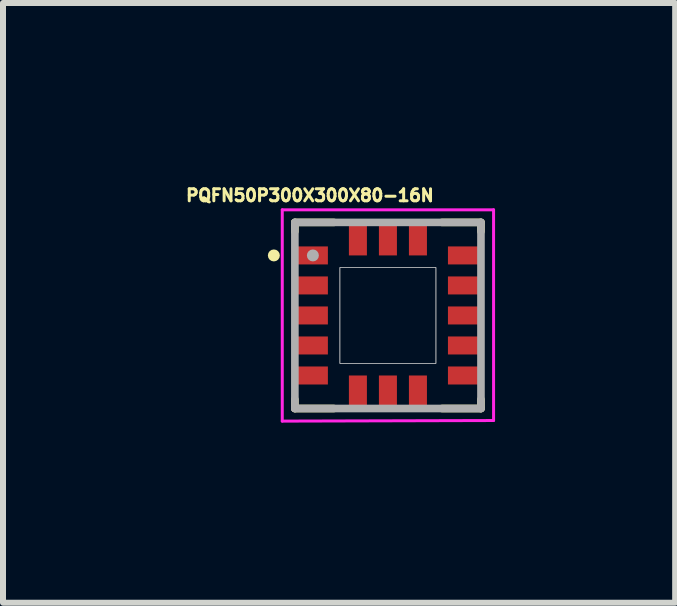
<source format=kicad_pcb>
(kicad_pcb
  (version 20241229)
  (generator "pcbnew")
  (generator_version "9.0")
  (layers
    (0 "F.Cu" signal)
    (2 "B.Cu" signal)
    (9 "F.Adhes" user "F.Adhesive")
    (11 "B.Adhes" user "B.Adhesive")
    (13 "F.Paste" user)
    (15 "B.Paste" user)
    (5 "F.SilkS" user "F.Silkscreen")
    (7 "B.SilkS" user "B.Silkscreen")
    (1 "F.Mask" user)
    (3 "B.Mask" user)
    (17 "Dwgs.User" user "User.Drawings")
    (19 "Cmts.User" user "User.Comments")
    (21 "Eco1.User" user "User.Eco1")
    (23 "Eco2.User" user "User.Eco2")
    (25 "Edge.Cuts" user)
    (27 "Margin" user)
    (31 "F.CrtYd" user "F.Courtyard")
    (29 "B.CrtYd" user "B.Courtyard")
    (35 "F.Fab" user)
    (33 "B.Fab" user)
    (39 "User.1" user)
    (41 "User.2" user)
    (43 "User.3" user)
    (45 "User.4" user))
  (footprint "PQFN50P300X300X80-16N"
    (layer "F.Cu")
    (at 3.412 2.205)
    (property "Reference" "PQFN50P300X300X80-16N" (at -1.3 -2 0) (layer "F.SilkS") (effects (font (size 0.2 0.2) (thickness 0.05))))
    (attr through_hole)
    (fp_line (start -1.55 -1.55) (end -0.9 -1.55) (stroke (width 0.127) (type solid)) (layer "F.SilkS"))
    (fp_line (start -1.55 -1.4) (end -1.55 -1.55) (stroke (width 0.127) (type solid)) (layer "F.SilkS"))
    (fp_line (start -1.55 1.4) (end -1.55 1.55) (stroke (width 0.127) (type solid)) (layer "F.SilkS"))
    (fp_line (start -1.55 1.55) (end -0.9 1.55) (stroke (width 0.127) (type solid)) (layer "F.SilkS"))
    (fp_line (start 0.9 -1.55) (end 1.55 -1.55) (stroke (width 0.127) (type solid)) (layer "F.SilkS"))
    (fp_line (start 0.9 1.55) (end 1.55 1.55) (stroke (width 0.127) (type solid)) (layer "F.SilkS"))
    (fp_line (start 1.55 -1.55) (end 1.55 -1.4) (stroke (width 0.127) (type solid)) (layer "F.SilkS"))
    (fp_line (start 1.55 1.55) (end 1.55 1.4) (stroke (width 0.127) (type solid)) (layer "F.SilkS"))
    (fp_circle (center -1.9 -1) (end -1.85 -1) (stroke (width 0.1) (type solid)) (fill no) (layer "F.SilkS"))
    (fp_poly (pts (xy -0.8 -0.8) (xy 0.8 -0.8) (xy 0.8 0.8) (xy -0.8 0.8)) (stroke (width 0.01) (type solid)) (fill no) (layer "Dwgs.User"))
    (fp_poly (pts (xy -0.8 -0.8) (xy 0.8 -0.8) (xy 0.8 0.8) (xy -0.8 0.8)) (stroke (width 0.01) (type solid)) (fill no) (layer "Dwgs.User"))
    (fp_line (start -1.76 -1.76) (end 1.76 -1.76) (stroke (width 0.05) (type solid)) (layer "F.CrtYd"))
    (fp_line (start -1.76 1.76) (end -1.76 -1.76) (stroke (width 0.05) (type solid)) (layer "F.CrtYd"))
    (fp_line (start 1.76 -1.76) (end 1.76 1.75) (stroke (width 0.05) (type solid)) (layer "F.CrtYd"))
    (fp_line (start 1.76 1.75) (end -1.76 1.76) (stroke (width 0.05) (type solid)) (layer "F.CrtYd"))
    (fp_line (start -1.55 -1.55) (end 1.55 -1.55) (stroke (width 0.127) (type solid)) (layer "F.Fab"))
    (fp_line (start -1.55 1.55) (end -1.55 -1.55) (stroke (width 0.127) (type solid)) (layer "F.Fab"))
    (fp_line (start 1.55 -1.55) (end 1.55 1.55) (stroke (width 0.127) (type solid)) (layer "F.Fab"))
    (fp_line (start 1.55 1.55) (end -1.55 1.55) (stroke (width 0.127) (type solid)) (layer "F.Fab"))
    (fp_circle (center -1.25 -1) (end -1.2 -1) (stroke (width 0.1) (type solid)) (fill no) (layer "F.Fab"))
    (pad "1" smd rect (at -1.3 -1) (size 0.6 0.3) (layers "F.Cu" "F.Mask" "F.Paste"))
    (pad "2" smd rect (at -1.3 -0.5) (size 0.6 0.3) (layers "F.Cu" "F.Mask" "F.Paste"))
    (pad "3" smd rect (at -1.3 0) (size 0.6 0.3) (layers "F.Cu" "F.Mask" "F.Paste"))
    (pad "4" smd rect (at -1.3 0.5) (size 0.6 0.3) (layers "F.Cu" "F.Mask" "F.Paste"))
    (pad "5" smd rect (at -1.3 1) (size 0.6 0.3) (layers "F.Cu" "F.Mask" "F.Paste"))
    (pad "6" smd rect (at -0.5 1.3) (size 0.3 0.6) (layers "F.Cu" "F.Mask" "F.Paste"))
    (pad "7" smd rect (at 0 1.3) (size 0.3 0.6) (layers "F.Cu" "F.Mask" "F.Paste"))
    (pad "8" smd rect (at 0.5 1.3) (size 0.3 0.6) (layers "F.Cu" "F.Mask" "F.Paste"))
    (pad "9" smd rect (at 1.3 1) (size 0.6 0.3) (layers "F.Cu" "F.Mask" "F.Paste"))
    (pad "10" smd rect (at 1.3 0.5) (size 0.6 0.3) (layers "F.Cu" "F.Mask" "F.Paste"))
    (pad "11" smd rect (at 1.3 0) (size 0.6 0.3) (layers "F.Cu" "F.Mask" "F.Paste"))
    (pad "12" smd rect (at 1.3 -0.5) (size 0.6 0.3) (layers "F.Cu" "F.Mask" "F.Paste"))
    (pad "13" smd rect (at 1.3 -1) (size 0.6 0.3) (layers "F.Cu" "F.Mask" "F.Paste"))
    (pad "14" smd rect (at 0.5 -1.3) (size 0.3 0.6) (layers "F.Cu" "F.Mask" "F.Paste"))
    (pad "15" smd rect (at 0 -1.3) (size 0.3 0.6) (layers "F.Cu" "F.Mask" "F.Paste"))
    (pad "16" smd rect (at -0.5 -1.3) (size 0.3 0.6) (layers "F.Cu" "F.Mask" "F.Paste")))
  (gr_rect
    (start -3 -3)
    (end 8.197 6.99)
    (stroke (width 0.1) (type default))
    (fill no)
    (layer "Edge.Cuts")))
</source>
